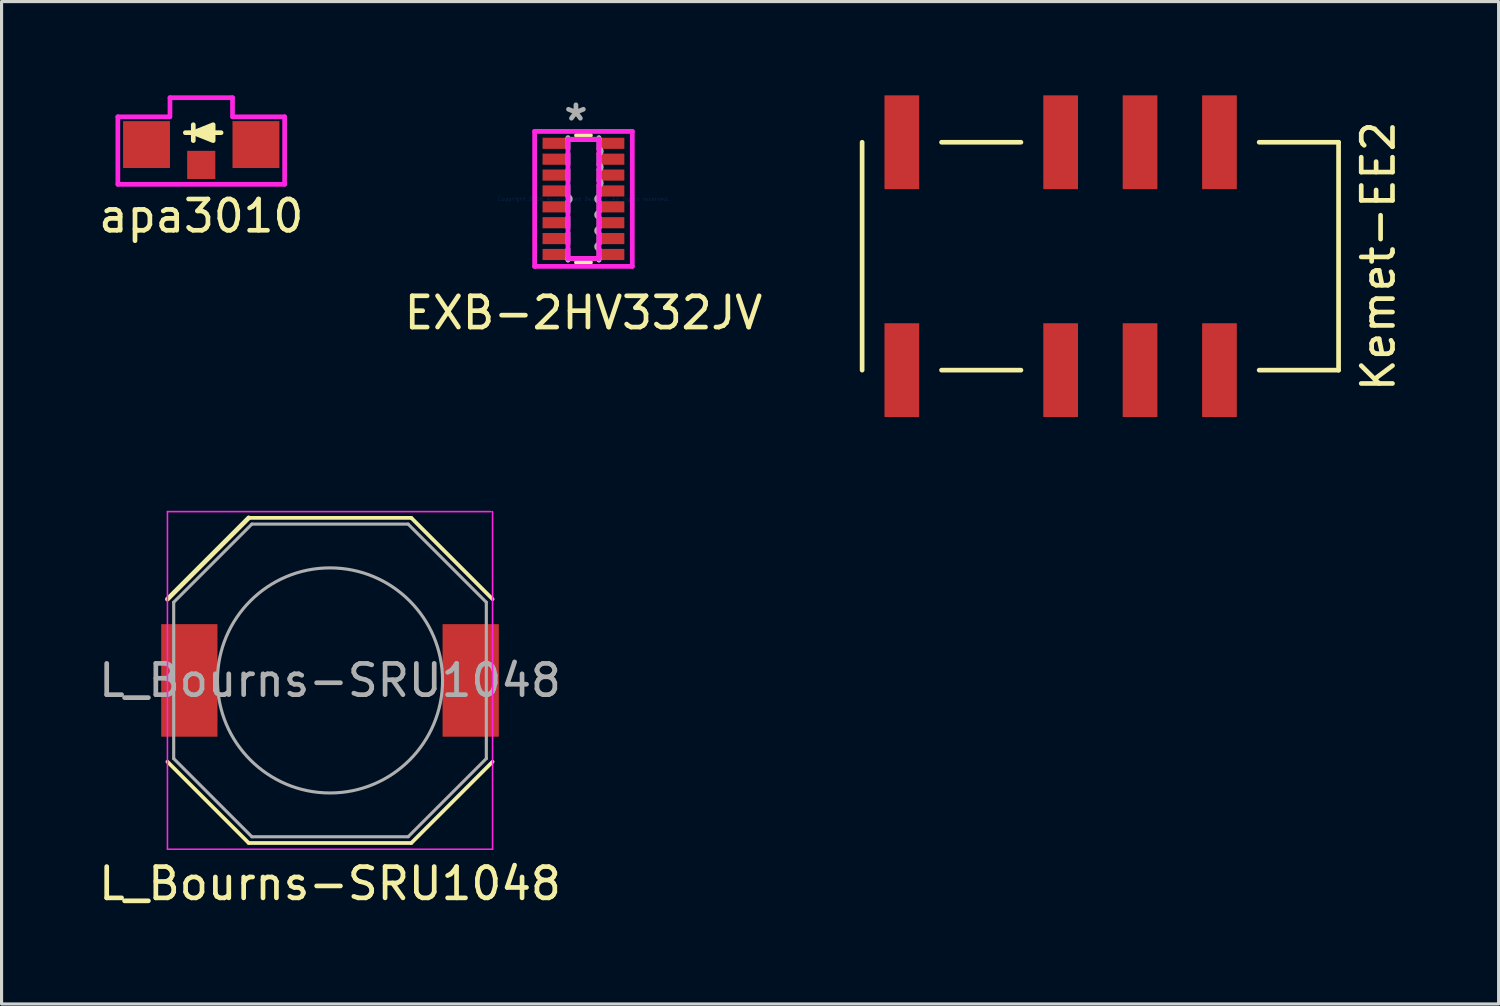
<source format=kicad_pcb>
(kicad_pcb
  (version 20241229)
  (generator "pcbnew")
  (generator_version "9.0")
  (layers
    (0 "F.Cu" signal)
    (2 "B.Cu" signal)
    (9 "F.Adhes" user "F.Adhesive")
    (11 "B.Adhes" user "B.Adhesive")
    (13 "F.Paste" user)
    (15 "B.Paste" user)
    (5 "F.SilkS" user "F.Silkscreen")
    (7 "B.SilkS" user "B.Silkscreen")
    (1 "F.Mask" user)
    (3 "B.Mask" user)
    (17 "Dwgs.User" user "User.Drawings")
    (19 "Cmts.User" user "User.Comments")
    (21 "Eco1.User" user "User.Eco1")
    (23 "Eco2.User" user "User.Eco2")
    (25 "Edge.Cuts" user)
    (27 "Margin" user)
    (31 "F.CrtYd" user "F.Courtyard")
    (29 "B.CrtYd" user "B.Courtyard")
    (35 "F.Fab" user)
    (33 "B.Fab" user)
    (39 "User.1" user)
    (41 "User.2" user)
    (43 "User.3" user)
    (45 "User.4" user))
  (footprint "apa3010"
    (layer "F.Cu")
    (at 3.387 1.575)
    (property "Reference" "apa3010" (at 0 2.286 0) (layer "F.SilkS") (effects (font (size 1 1) (thickness 0.15))))
    (attr through_hole)
    (fp_line (start -0.254 -0.381) (end -0.508 -0.381) (stroke (width 0.15) (type solid)) (layer "F.SilkS"))
    (fp_line (start -0.254 -0.127) (end -0.254 -0.635) (stroke (width 0.15) (type solid)) (layer "F.SilkS"))
    (fp_line (start 0.381 -0.381) (end 0.635 -0.381) (stroke (width 0.15) (type solid)) (layer "F.SilkS"))
    (fp_poly (pts (xy 0.381 -0.635) (xy -0.254 -0.381) (xy 0.381 -0.127)) (stroke (width 0.15) (type solid)) (fill yes) (layer "F.SilkS"))
    (fp_line (start -2.667 -0.889) (end -2.667 1.27) (stroke (width 0.15) (type solid)) (layer "F.CrtYd"))
    (fp_line (start -2.667 -0.889) (end -1.016 -0.889) (stroke (width 0.15) (type solid)) (layer "F.CrtYd"))
    (fp_line (start -2.667 1.27) (end 2.667 1.27) (stroke (width 0.15) (type solid)) (layer "F.CrtYd"))
    (fp_line (start -1 -1.5) (end 1 -1.5) (stroke (width 0.15) (type solid)) (layer "F.CrtYd"))
    (fp_line (start -1 -0.889) (end -1 -1.5) (stroke (width 0.15) (type solid)) (layer "F.CrtYd"))
    (fp_line (start 1 -1.5) (end 1 -0.889) (stroke (width 0.15) (type solid)) (layer "F.CrtYd"))
    (fp_line (start 2.667 -0.889) (end 1.016 -0.889) (stroke (width 0.15) (type solid)) (layer "F.CrtYd"))
    (fp_line (start 2.667 1.27) (end 2.667 -0.889) (stroke (width 0.15) (type solid)) (layer "F.CrtYd"))
    (pad "1" smd rect (at -1.75 0) (size 1.5 1.5) (layers "F.Cu" "F.Mask" "F.Paste"))
    (pad "2" smd rect (at 1.75 0) (size 1.5 1.5) (layers "F.Cu" "F.Mask" "F.Paste"))
    (pad "3" smd rect (at 0 0.65) (size 0.9 0.9) (layers "F.Cu" "F.Mask" "F.Paste")))
  (footprint "EXB-2HV332JV"
    (layer "F.Cu")
    (at 15.613 3.312)
    (property "Reference" "EXB-2HV332JV" (at 0 3.645 0) (layer "F.SilkS") (effects (font (size 1 1) (thickness 0.15))))
    (attr through_hole)
    (fp_line (start -0.222 2.032) (end 0.222 2.032) (stroke (width 0.152) (type solid)) (layer "F.SilkS"))
    (fp_line (start 0.222 -2.032) (end -0.222 -2.032) (stroke (width 0.152) (type solid)) (layer "F.SilkS"))
    (fp_line (start -1.562 -2.159) (end 1.562 -2.159) (stroke (width 0.152) (type solid)) (layer "F.CrtYd"))
    (fp_line (start -1.562 2.159) (end -1.562 -2.159) (stroke (width 0.152) (type solid)) (layer "F.CrtYd"))
    (fp_line (start -0.495 -1.905) (end 0.495 -1.905) (stroke (width 0.152) (type solid)) (layer "F.CrtYd"))
    (fp_line (start -0.495 1.905) (end -0.495 -1.905) (stroke (width 0.152) (type solid)) (layer "F.CrtYd"))
    (fp_line (start 0.495 -1.905) (end 0.495 1.905) (stroke (width 0.152) (type solid)) (layer "F.CrtYd"))
    (fp_line (start 0.495 1.905) (end -0.495 1.905) (stroke (width 0.152) (type solid)) (layer "F.CrtYd"))
    (fp_line (start 1.562 -2.159) (end 1.562 2.159) (stroke (width 0.152) (type solid)) (layer "F.CrtYd"))
    (fp_line (start 1.562 2.159) (end -1.562 2.159) (stroke (width 0.152) (type solid)) (layer "F.CrtYd"))
    (fp_line (start -0.495 -1.956) (end -0.495 -1.6) (stroke (width 0.152) (type solid)) (layer "F.Fab"))
    (fp_line (start -0.495 -1.905) (end -0.495 -1.956) (stroke (width 0.152) (type solid)) (layer "F.Fab"))
    (fp_line (start -0.495 -1.448) (end -0.495 -1.092) (stroke (width 0.152) (type solid)) (layer "F.Fab"))
    (fp_line (start -0.495 -0.94) (end -0.495 -0.584) (stroke (width 0.152) (type solid)) (layer "F.Fab"))
    (fp_line (start -0.495 -0.432) (end -0.495 -0.076) (stroke (width 0.152) (type solid)) (layer "F.Fab"))
    (fp_line (start -0.495 0.076) (end -0.495 0.432) (stroke (width 0.152) (type solid)) (layer "F.Fab"))
    (fp_line (start -0.495 0.584) (end -0.495 0.94) (stroke (width 0.152) (type solid)) (layer "F.Fab"))
    (fp_line (start -0.495 1.092) (end -0.495 1.448) (stroke (width 0.152) (type solid)) (layer "F.Fab"))
    (fp_line (start -0.495 1.6) (end -0.495 1.956) (stroke (width 0.152) (type solid)) (layer "F.Fab"))
    (fp_line (start -0.495 1.905) (end 0.495 1.905) (stroke (width 0.152) (type solid)) (layer "F.Fab"))
    (fp_line (start -0.495 1.956) (end -0.495 1.905) (stroke (width 0.152) (type solid)) (layer "F.Fab"))
    (fp_line (start 0.495 -1.956) (end 0.495 -1.6) (stroke (width 0.152) (type solid)) (layer "F.Fab"))
    (fp_line (start 0.495 -1.905) (end -0.495 -1.905) (stroke (width 0.152) (type solid)) (layer "F.Fab"))
    (fp_line (start 0.495 -1.905) (end 0.495 -1.956) (stroke (width 0.152) (type solid)) (layer "F.Fab"))
    (fp_line (start 0.495 -1.448) (end 0.495 -1.092) (stroke (width 0.152) (type solid)) (layer "F.Fab"))
    (fp_line (start 0.495 -0.94) (end 0.495 -0.584) (stroke (width 0.152) (type solid)) (layer "F.Fab"))
    (fp_line (start 0.495 -0.432) (end 0.495 -0.076) (stroke (width 0.152) (type solid)) (layer "F.Fab"))
    (fp_line (start 0.495 0.076) (end 0.495 0.432) (stroke (width 0.152) (type solid)) (layer "F.Fab"))
    (fp_line (start 0.495 0.584) (end 0.495 0.94) (stroke (width 0.152) (type solid)) (layer "F.Fab"))
    (fp_line (start 0.495 1.092) (end 0.495 1.448) (stroke (width 0.152) (type solid)) (layer "F.Fab"))
    (fp_line (start 0.495 1.6) (end 0.495 1.956) (stroke (width 0.152) (type solid)) (layer "F.Fab"))
    (fp_line (start 0.495 1.956) (end 0.495 1.905) (stroke (width 0.152) (type solid)) (layer "F.Fab"))
    (fp_arc (start -0.4953 -0.0762) (mid -0.4191 0) (end -0.4953 0.0762) (stroke (width 0.1524) (type solid)) (layer "F.Fab"))
    (fp_arc (start 0.4953 -1.6002) (mid 0.5715 -1.524) (end 0.4953 -1.4478) (stroke (width 0.1524) (type solid)) (layer "F.Fab"))
    (fp_arc (start 0.4953 -1.0922) (mid 0.5715 -1.016) (end 0.4953 -0.9398) (stroke (width 0.1524) (type solid)) (layer "F.Fab"))
    (fp_arc (start 0.4953 -0.5842) (mid 0.5715 -0.508) (end 0.4953 -0.4318) (stroke (width 0.1524) (type solid)) (layer "F.Fab"))
    (fp_arc (start 0.4953 0.0762) (mid 0.4191 0) (end 0.4953 -0.0762) (stroke (width 0.1524) (type solid)) (layer "F.Fab"))
    (fp_arc (start 0.4953 0.5842) (mid 0.4191 0.508) (end 0.4953 0.4318) (stroke (width 0.1524) (type solid)) (layer "F.Fab"))
    (fp_arc (start 0.4953 1.0922) (mid 0.4191 1.016) (end 0.4953 0.9398) (stroke (width 0.1524) (type solid)) (layer "F.Fab"))
    (fp_arc (start 0.4953 1.6002) (mid 0.4191 1.524) (end 0.4953 1.4478) (stroke (width 0.1524) (type solid)) (layer "F.Fab"))
    (fp_text user "Copyright 2016 Accelerated Designs. All rights reserved." (at 0 0 0) (layer "Cmts.User") (effects (font (size 0.127 0.127) (thickness 0.002))))
    (fp_text user "*" (at -0.241 -2.464 0) (layer "F.Fab") (effects (font (size 1 1) (thickness 0.15))))
    (pad "1" smd rect (at -0.927 -1.778) (size 0.762 0.356) (layers "F.Cu" "F.Mask" "F.Paste"))
    (pad "2" smd rect (at -0.927 -1.27) (size 0.762 0.356) (layers "F.Cu" "F.Mask" "F.Paste"))
    (pad "3" smd rect (at -0.927 -0.762) (size 0.762 0.356) (layers "F.Cu" "F.Mask" "F.Paste"))
    (pad "4" smd rect (at -0.927 -0.254) (size 0.762 0.356) (layers "F.Cu" "F.Mask" "F.Paste"))
    (pad "5" smd rect (at -0.927 0.254) (size 0.762 0.356) (layers "F.Cu" "F.Mask" "F.Paste"))
    (pad "6" smd rect (at -0.927 0.762) (size 0.762 0.356) (layers "F.Cu" "F.Mask" "F.Paste"))
    (pad "7" smd rect (at -0.927 1.27) (size 0.762 0.356) (layers "F.Cu" "F.Mask" "F.Paste"))
    (pad "8" smd rect (at -0.927 1.778) (size 0.762 0.356) (layers "F.Cu" "F.Mask" "F.Paste"))
    (pad "9" smd rect (at 0.927 1.778) (size 0.762 0.356) (layers "F.Cu" "F.Mask" "F.Paste"))
    (pad "10" smd rect (at 0.927 1.27) (size 0.762 0.356) (layers "F.Cu" "F.Mask" "F.Paste"))
    (pad "11" smd rect (at 0.927 0.762) (size 0.762 0.356) (layers "F.Cu" "F.Mask" "F.Paste"))
    (pad "12" smd rect (at 0.927 0.254) (size 0.762 0.356) (layers "F.Cu" "F.Mask" "F.Paste"))
    (pad "13" smd rect (at 0.927 -0.254) (size 0.762 0.356) (layers "F.Cu" "F.Mask" "F.Paste"))
    (pad "14" smd rect (at 0.927 -0.762) (size 0.762 0.356) (layers "F.Cu" "F.Mask" "F.Paste"))
    (pad "15" smd rect (at 0.927 -1.27) (size 0.762 0.356) (layers "F.Cu" "F.Mask" "F.Paste"))
    (pad "16" smd rect (at 0.927 -1.778) (size 0.762 0.356) (layers "F.Cu" "F.Mask" "F.Paste")))
  (footprint "L_Bourns-SRU1048"
    (layer "F.Cu")
    (at 7.506 18.715)
    (property "Reference" "L_Bourns-SRU1048" (at 0 6.5 0) (layer "F.SilkS") (effects (font (size 1 1) (thickness 0.15))))
    (attr smd)
    (fp_line (start -2.6 -5.2) (end -5.2 -2.6) (stroke (width 0.15) (type solid)) (layer "F.SilkS"))
    (fp_line (start -2.6 -5.2) (end 2.6 -5.2) (stroke (width 0.12) (type solid)) (layer "F.SilkS"))
    (fp_line (start -2.6 5.2) (end -5.2 2.6) (stroke (width 0.12) (type solid)) (layer "F.SilkS"))
    (fp_line (start 2.6 -5.2) (end 5.2 -2.6) (stroke (width 0.12) (type solid)) (layer "F.SilkS"))
    (fp_line (start 2.6 5.2) (end -2.6 5.2) (stroke (width 0.12) (type solid)) (layer "F.SilkS"))
    (fp_line (start 2.6 5.2) (end 5.2 2.6) (stroke (width 0.12) (type solid)) (layer "F.SilkS"))
    (fp_line (start -5.2 -5.4) (end 5.15 -5.4) (stroke (width 0.05) (type solid)) (layer "F.CrtYd"))
    (fp_line (start -5.2 5.4) (end -5.2 -5.4) (stroke (width 0.05) (type solid)) (layer "F.CrtYd"))
    (fp_line (start 5.2 -5.4) (end 5.2 5.4) (stroke (width 0.05) (type solid)) (layer "F.CrtYd"))
    (fp_line (start 5.2 5.4) (end -5.2 5.4) (stroke (width 0.05) (type solid)) (layer "F.CrtYd"))
    (fp_line (start -5 -2.5) (end -2.5 -5) (stroke (width 0.1) (type solid)) (layer "F.Fab"))
    (fp_line (start -5 2.5) (end -5 -2.5) (stroke (width 0.1) (type solid)) (layer "F.Fab"))
    (fp_line (start -2.5 -5) (end 2.5 -5) (stroke (width 0.1) (type solid)) (layer "F.Fab"))
    (fp_line (start -2.5 5) (end -5 2.5) (stroke (width 0.1) (type solid)) (layer "F.Fab"))
    (fp_line (start 2.5 -5) (end 5 -2.5) (stroke (width 0.1) (type solid)) (layer "F.Fab"))
    (fp_line (start 2.5 5) (end -2.5 5) (stroke (width 0.1) (type solid)) (layer "F.Fab"))
    (fp_line (start 5 -2.5) (end 5 2.5) (stroke (width 0.1) (type solid)) (layer "F.Fab"))
    (fp_line (start 5 2.5) (end 2.5 5) (stroke (width 0.1) (type solid)) (layer "F.Fab"))
    (fp_circle (center 0 0) (end 3.6 0) (stroke (width 0.1) (type solid)) (fill no) (layer "F.Fab"))
    (fp_text user "${REFERENCE}" (at 0 0 0) (layer "F.Fab") (effects (font (size 1 1) (thickness 0.15))))
    (pad "1" smd rect (at -4.5 0) (size 1.8 3.6) (layers "F.Cu" "F.Mask" "F.Paste"))
    (pad "2" smd rect (at 4.5 0) (size 1.8 3.6) (layers "F.Cu" "F.Mask" "F.Paste")))
  (footprint "Kemet-EE2"
    (layer "F.Cu")
    (at 32.147 5.145)
    (property "Reference" "Kemet-EE2" (at 8.89 0 90) (layer "F.SilkS") (effects (font (size 1 1) (thickness 0.15))))
    (attr through_hole)
    (fp_line (start -7.62 -3.645) (end -7.62 3.645) (stroke (width 0.15) (type solid)) (layer "F.SilkS"))
    (fp_line (start -5.08 -3.645) (end -2.54 -3.645) (stroke (width 0.15) (type solid)) (layer "F.SilkS"))
    (fp_line (start -5.08 3.645) (end -2.54 3.645) (stroke (width 0.15) (type solid)) (layer "F.SilkS"))
    (fp_line (start 7.62 -3.645) (end 5.08 -3.645) (stroke (width 0.15) (type solid)) (layer "F.SilkS"))
    (fp_line (start 7.62 -3.645) (end 7.62 3.645) (stroke (width 0.15) (type solid)) (layer "F.SilkS"))
    (fp_line (start 7.62 3.645) (end 5.08 3.645) (stroke (width 0.15) (type solid)) (layer "F.SilkS"))
    (pad "1" smd rect (at -6.35 3.645) (size 1.11 3) (layers "F.Cu" "F.Mask" "F.Paste"))
    (pad "3" smd rect (at -1.27 3.645) (size 1.11 3) (layers "F.Cu" "F.Mask" "F.Paste"))
    (pad "4" smd rect (at 1.27 3.645) (size 1.11 3) (layers "F.Cu" "F.Mask" "F.Paste"))
    (pad "5" smd rect (at 3.81 3.645) (size 1.11 3) (layers "F.Cu" "F.Mask" "F.Paste"))
    (pad "8" smd rect (at 3.81 -3.645) (size 1.11 3) (layers "F.Cu" "F.Mask" "F.Paste"))
    (pad "9" smd rect (at 1.27 -3.645) (size 1.11 3) (layers "F.Cu" "F.Mask" "F.Paste"))
    (pad "10" smd rect (at -1.27 -3.645) (size 1.11 3) (layers "F.Cu" "F.Mask" "F.Paste"))
    (pad "12" smd rect (at -6.35 -3.645) (size 1.11 3) (layers "F.Cu" "F.Mask" "F.Paste")))
  (gr_rect
    (start -3 -3)
    (end 44.886 29.063)
    (stroke (width 0.1) (type default))
    (fill no)
    (layer "Edge.Cuts")))
</source>
